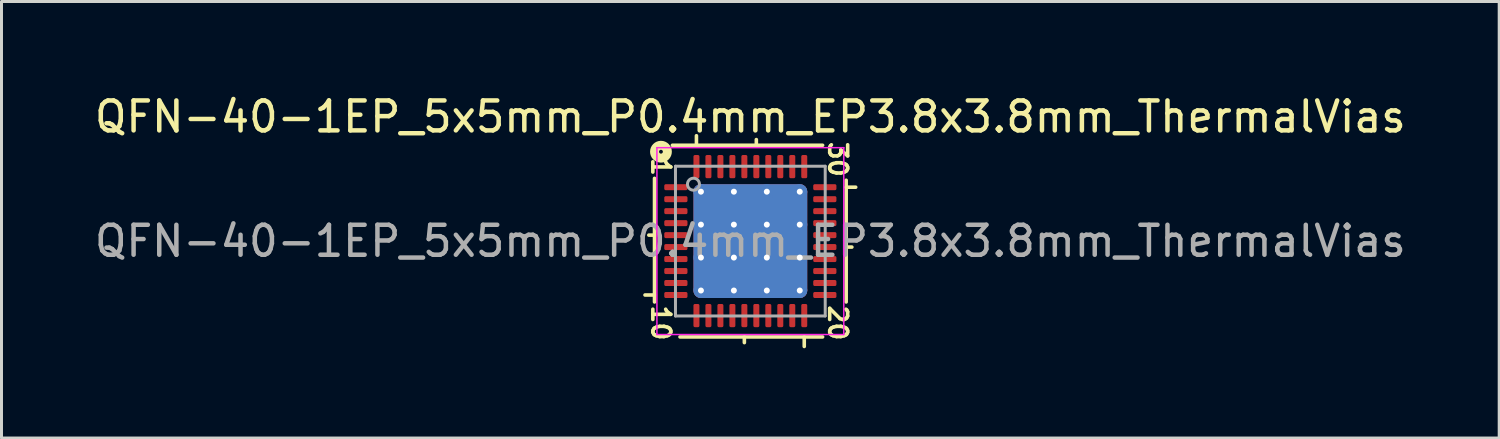
<source format=kicad_pcb>
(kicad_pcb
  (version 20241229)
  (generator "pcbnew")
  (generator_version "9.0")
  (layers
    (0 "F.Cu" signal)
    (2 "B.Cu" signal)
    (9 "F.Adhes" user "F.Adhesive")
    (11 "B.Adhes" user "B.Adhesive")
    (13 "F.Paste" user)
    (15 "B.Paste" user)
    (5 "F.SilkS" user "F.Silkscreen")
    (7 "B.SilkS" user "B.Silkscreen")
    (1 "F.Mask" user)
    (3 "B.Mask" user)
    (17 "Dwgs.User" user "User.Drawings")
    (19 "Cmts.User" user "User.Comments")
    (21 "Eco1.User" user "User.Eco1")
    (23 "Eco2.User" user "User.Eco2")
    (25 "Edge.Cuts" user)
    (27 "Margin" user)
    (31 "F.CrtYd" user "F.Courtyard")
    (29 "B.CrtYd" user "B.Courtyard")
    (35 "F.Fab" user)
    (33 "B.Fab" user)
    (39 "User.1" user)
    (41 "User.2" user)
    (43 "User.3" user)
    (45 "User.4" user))
  (footprint "QFN-40-1EP_5x5mm_P0.4mm_EP3.8x3.8mm_ThermalVias"
    (layer "F.Cu")
    (at 22.006 5.001)
    (property "Reference" "QFN-40-1EP_5x5mm_P0.4mm_EP3.8x3.8mm_ThermalVias" (at 0 -4.152 0) (layer "F.SilkS") (effects (font (size 1 1) (thickness 0.15))))
    (attr smd)
    (fp_line (start -3.2 -2.095) (end -3.2 2.032) (stroke (width 0.12) (type solid)) (layer "F.SilkS"))
    (fp_line (start -3.2 -0.2) (end -3.39 -0.2) (stroke (width 0.12) (type solid)) (layer "F.SilkS"))
    (fp_line (start -3.2 1.8) (end -3.518 1.8) (stroke (width 0.12) (type solid)) (layer "F.SilkS"))
    (fp_line (start -2.349 3.2) (end 2.413 3.2) (stroke (width 0.12) (type solid)) (layer "F.SilkS"))
    (fp_line (start -1.8 -3.2) (end -1.8 -3.518) (stroke (width 0.12) (type solid)) (layer "F.SilkS"))
    (fp_line (start -0.2 3.2) (end -0.2 3.39) (stroke (width 0.12) (type solid)) (layer "F.SilkS"))
    (fp_line (start 0.2 -3.2) (end 0.2 -3.39) (stroke (width 0.12) (type solid)) (layer "F.SilkS"))
    (fp_line (start 1.8 3.2) (end 1.8 3.518) (stroke (width 0.12) (type solid)) (layer "F.SilkS"))
    (fp_line (start 2.413 -3.2) (end -2.603 -3.2) (stroke (width 0.12) (type solid)) (layer "F.SilkS"))
    (fp_line (start 3.2 -1.8) (end 3.518 -1.8) (stroke (width 0.12) (type solid)) (layer "F.SilkS"))
    (fp_line (start 3.2 0.2) (end 3.39 0.2) (stroke (width 0.12) (type solid)) (layer "F.SilkS"))
    (fp_line (start 3.2 2.032) (end 3.2 -2.032) (stroke (width 0.12) (type solid)) (layer "F.SilkS"))
    (fp_circle (center -2.985 -2.985) (end -2.921 -2.985) (stroke (width 0.3) (type solid)) (fill no) (layer "F.SilkS"))
    (fp_line (start -3.12 -3.12) (end -3.12 3.12) (stroke (width 0.05) (type solid)) (layer "F.CrtYd"))
    (fp_line (start -3.12 3.12) (end 3.12 3.12) (stroke (width 0.05) (type solid)) (layer "F.CrtYd"))
    (fp_line (start 3.12 -3.12) (end -3.12 -3.12) (stroke (width 0.05) (type solid)) (layer "F.CrtYd"))
    (fp_line (start 3.12 3.12) (end 3.12 -3.12) (stroke (width 0.05) (type solid)) (layer "F.CrtYd"))
    (fp_line (start -2.5 -2.5) (end 2.5 -2.5) (stroke (width 0.1) (type solid)) (layer "F.Fab"))
    (fp_line (start -2.5 2.5) (end -2.5 -2.5) (stroke (width 0.1) (type solid)) (layer "F.Fab"))
    (fp_line (start 2.5 -2.5) (end 2.5 2.5) (stroke (width 0.1) (type solid)) (layer "F.Fab"))
    (fp_line (start 2.5 2.5) (end -2.5 2.5) (stroke (width 0.1) (type solid)) (layer "F.Fab"))
    (fp_circle (center -1.9 -1.9) (end -1.7 -1.9) (stroke (width 0.1) (type solid)) (fill no) (layer "F.Fab"))
    (fp_text user "10" (at -2.985 2.731 270) (unlocked yes) (layer "F.SilkS") (effects (font (size 0.6 0.6) (thickness 0.12))))
    (fp_text user "30" (at 2.921 -2.731 270) (unlocked yes) (layer "F.SilkS") (effects (font (size 0.6 0.6) (thickness 0.12))))
    (fp_text user "20" (at 2.921 2.731 270) (unlocked yes) (layer "F.SilkS") (effects (font (size 0.6 0.6) (thickness 0.12))))
    (fp_text user "1" (at -2.985 -2.477 270) (unlocked yes) (layer "F.SilkS") (effects (font (size 0.6 0.6) (thickness 0.12))))
    (fp_text user "${REFERENCE}" (at 0 0 0) (layer "F.Fab") (effects (font (size 1 1) (thickness 0.15))))
    (pad "" smd custom (at -1.1 -1.1) (size 0.865 0.865) (layers "F.Paste") (options (anchor circle)) (primitives (gr_poly (pts (xy 0.375 -0.279) (xy 0.375 0.279) (xy 0.279 0.375) (xy -0.279 0.375) (xy -0.375 0.279) (xy -0.375 -0.279) (xy -0.279 -0.375) (xy 0.279 -0.375)) (width 0.232) (fill yes))))
    (pad "" smd custom (at -1.1 0) (size 0.865 0.865) (layers "F.Paste") (options (anchor circle)) (primitives (gr_poly (pts (xy 0.375 -0.279) (xy 0.375 0.279) (xy 0.279 0.375) (xy -0.279 0.375) (xy -0.375 0.279) (xy -0.375 -0.279) (xy -0.279 -0.375) (xy 0.279 -0.375)) (width 0.232) (fill yes))))
    (pad "" smd custom (at -1.1 1.1) (size 0.865 0.865) (layers "F.Paste") (options (anchor circle)) (primitives (gr_poly (pts (xy 0.375 -0.279) (xy 0.375 0.279) (xy 0.279 0.375) (xy -0.279 0.375) (xy -0.375 0.279) (xy -0.375 -0.279) (xy -0.279 -0.375) (xy 0.279 -0.375)) (width 0.232) (fill yes))))
    (pad "" smd custom (at 0 -1.1) (size 0.865 0.865) (layers "F.Paste") (options (anchor circle)) (primitives (gr_poly (pts (xy 0.375 -0.279) (xy 0.375 0.279) (xy 0.279 0.375) (xy -0.279 0.375) (xy -0.375 0.279) (xy -0.375 -0.279) (xy -0.279 -0.375) (xy 0.279 -0.375)) (width 0.232) (fill yes))))
    (pad "" smd custom (at 0 0) (size 0.865 0.865) (layers "F.Paste") (options (anchor circle)) (primitives (gr_poly (pts (xy 0.375 -0.279) (xy 0.375 0.279) (xy 0.279 0.375) (xy -0.279 0.375) (xy -0.375 0.279) (xy -0.375 -0.279) (xy -0.279 -0.375) (xy 0.279 -0.375)) (width 0.232) (fill yes))))
    (pad "" smd custom (at 0 1.1) (size 0.865 0.865) (layers "F.Paste") (options (anchor circle)) (primitives (gr_poly (pts (xy 0.375 -0.279) (xy 0.375 0.279) (xy 0.279 0.375) (xy -0.279 0.375) (xy -0.375 0.279) (xy -0.375 -0.279) (xy -0.279 -0.375) (xy 0.279 -0.375)) (width 0.232) (fill yes))))
    (pad "" smd custom (at 1.1 -1.1) (size 0.865 0.865) (layers "F.Paste") (options (anchor circle)) (primitives (gr_poly (pts (xy 0.375 -0.279) (xy 0.375 0.279) (xy 0.279 0.375) (xy -0.279 0.375) (xy -0.375 0.279) (xy -0.375 -0.279) (xy -0.279 -0.375) (xy 0.279 -0.375)) (width 0.232) (fill yes))))
    (pad "" smd custom (at 1.1 0) (size 0.865 0.865) (layers "F.Paste") (options (anchor circle)) (primitives (gr_poly (pts (xy 0.375 -0.279) (xy 0.375 0.279) (xy 0.279 0.375) (xy -0.279 0.375) (xy -0.375 0.279) (xy -0.375 -0.279) (xy -0.279 -0.375) (xy 0.279 -0.375)) (width 0.232) (fill yes))))
    (pad "" smd custom (at 1.1 1.1) (size 0.865 0.865) (layers "F.Paste") (options (anchor circle)) (primitives (gr_poly (pts (xy 0.375 -0.279) (xy 0.375 0.279) (xy 0.279 0.375) (xy -0.279 0.375) (xy -0.375 0.279) (xy -0.375 -0.279) (xy -0.279 -0.375) (xy 0.279 -0.375)) (width 0.232) (fill yes))))
    (pad "1" smd roundrect (at -2.487 -1.8) (size 0.775 0.2) (layers "F.Cu" "F.Mask" "F.Paste") (roundrect_rratio 0.25))
    (pad "2" smd roundrect (at -2.487 -1.4) (size 0.775 0.2) (layers "F.Cu" "F.Mask" "F.Paste") (roundrect_rratio 0.25))
    (pad "3" smd roundrect (at -2.487 -1) (size 0.775 0.2) (layers "F.Cu" "F.Mask" "F.Paste") (roundrect_rratio 0.25))
    (pad "4" smd roundrect (at -2.487 -0.6) (size 0.775 0.2) (layers "F.Cu" "F.Mask" "F.Paste") (roundrect_rratio 0.25))
    (pad "5" smd roundrect (at -2.487 -0.2) (size 0.775 0.2) (layers "F.Cu" "F.Mask" "F.Paste") (roundrect_rratio 0.25))
    (pad "6" smd roundrect (at -2.487 0.2) (size 0.775 0.2) (layers "F.Cu" "F.Mask" "F.Paste") (roundrect_rratio 0.25))
    (pad "7" smd roundrect (at -2.487 0.6) (size 0.775 0.2) (layers "F.Cu" "F.Mask" "F.Paste") (roundrect_rratio 0.25))
    (pad "8" smd roundrect (at -2.487 1) (size 0.775 0.2) (layers "F.Cu" "F.Mask" "F.Paste") (roundrect_rratio 0.25))
    (pad "9" smd roundrect (at -2.487 1.4) (size 0.775 0.2) (layers "F.Cu" "F.Mask" "F.Paste") (roundrect_rratio 0.25))
    (pad "10" smd roundrect (at -2.487 1.8) (size 0.775 0.2) (layers "F.Cu" "F.Mask" "F.Paste") (roundrect_rratio 0.25))
    (pad "11" smd roundrect (at -1.8 2.487) (size 0.2 0.775) (layers "F.Cu" "F.Mask" "F.Paste") (roundrect_rratio 0.25))
    (pad "12" smd roundrect (at -1.4 2.487) (size 0.2 0.775) (layers "F.Cu" "F.Mask" "F.Paste") (roundrect_rratio 0.25))
    (pad "13" smd roundrect (at -1 2.487) (size 0.2 0.775) (layers "F.Cu" "F.Mask" "F.Paste") (roundrect_rratio 0.25))
    (pad "14" smd roundrect (at -0.6 2.487) (size 0.2 0.775) (layers "F.Cu" "F.Mask" "F.Paste") (roundrect_rratio 0.25))
    (pad "15" smd roundrect (at -0.2 2.487) (size 0.2 0.775) (layers "F.Cu" "F.Mask" "F.Paste") (roundrect_rratio 0.25))
    (pad "16" smd roundrect (at 0.2 2.487) (size 0.2 0.775) (layers "F.Cu" "F.Mask" "F.Paste") (roundrect_rratio 0.25))
    (pad "17" smd roundrect (at 0.6 2.487) (size 0.2 0.775) (layers "F.Cu" "F.Mask" "F.Paste") (roundrect_rratio 0.25))
    (pad "18" smd roundrect (at 1 2.487) (size 0.2 0.775) (layers "F.Cu" "F.Mask" "F.Paste") (roundrect_rratio 0.25))
    (pad "19" smd roundrect (at 1.4 2.487) (size 0.2 0.775) (layers "F.Cu" "F.Mask" "F.Paste") (roundrect_rratio 0.25))
    (pad "20" smd roundrect (at 1.8 2.487) (size 0.2 0.775) (layers "F.Cu" "F.Mask" "F.Paste") (roundrect_rratio 0.25))
    (pad "21" smd roundrect (at 2.487 1.8) (size 0.775 0.2) (layers "F.Cu" "F.Mask" "F.Paste") (roundrect_rratio 0.25))
    (pad "22" smd roundrect (at 2.487 1.4) (size 0.775 0.2) (layers "F.Cu" "F.Mask" "F.Paste") (roundrect_rratio 0.25))
    (pad "23" smd roundrect (at 2.487 1) (size 0.775 0.2) (layers "F.Cu" "F.Mask" "F.Paste") (roundrect_rratio 0.25))
    (pad "24" smd roundrect (at 2.487 0.6) (size 0.775 0.2) (layers "F.Cu" "F.Mask" "F.Paste") (roundrect_rratio 0.25))
    (pad "25" smd roundrect (at 2.487 0.2) (size 0.775 0.2) (layers "F.Cu" "F.Mask" "F.Paste") (roundrect_rratio 0.25))
    (pad "26" smd roundrect (at 2.487 -0.2) (size 0.775 0.2) (layers "F.Cu" "F.Mask" "F.Paste") (roundrect_rratio 0.25))
    (pad "27" smd roundrect (at 2.487 -0.6) (size 0.775 0.2) (layers "F.Cu" "F.Mask" "F.Paste") (roundrect_rratio 0.25))
    (pad "28" smd roundrect (at 2.487 -1) (size 0.775 0.2) (layers "F.Cu" "F.Mask" "F.Paste") (roundrect_rratio 0.25))
    (pad "29" smd roundrect (at 2.487 -1.4) (size 0.775 0.2) (layers "F.Cu" "F.Mask" "F.Paste") (roundrect_rratio 0.25))
    (pad "30" smd roundrect (at 2.487 -1.8) (size 0.775 0.2) (layers "F.Cu" "F.Mask" "F.Paste") (roundrect_rratio 0.25))
    (pad "31" smd roundrect (at 1.8 -2.487) (size 0.2 0.775) (layers "F.Cu" "F.Mask" "F.Paste") (roundrect_rratio 0.25))
    (pad "32" smd roundrect (at 1.4 -2.487) (size 0.2 0.775) (layers "F.Cu" "F.Mask" "F.Paste") (roundrect_rratio 0.25))
    (pad "33" smd roundrect (at 1 -2.487) (size 0.2 0.775) (layers "F.Cu" "F.Mask" "F.Paste") (roundrect_rratio 0.25))
    (pad "34" smd roundrect (at 0.6 -2.487) (size 0.2 0.775) (layers "F.Cu" "F.Mask" "F.Paste") (roundrect_rratio 0.25))
    (pad "35" smd roundrect (at 0.2 -2.487) (size 0.2 0.775) (layers "F.Cu" "F.Mask" "F.Paste") (roundrect_rratio 0.25))
    (pad "36" smd roundrect (at -0.2 -2.487) (size 0.2 0.775) (layers "F.Cu" "F.Mask" "F.Paste") (roundrect_rratio 0.25))
    (pad "37" smd roundrect (at -0.6 -2.487) (size 0.2 0.775) (layers "F.Cu" "F.Mask" "F.Paste") (roundrect_rratio 0.25))
    (pad "38" smd roundrect (at -1 -2.487) (size 0.2 0.775) (layers "F.Cu" "F.Mask" "F.Paste") (roundrect_rratio 0.25))
    (pad "39" smd roundrect (at -1.4 -2.487) (size 0.2 0.775) (layers "F.Cu" "F.Mask" "F.Paste") (roundrect_rratio 0.25))
    (pad "40" smd roundrect (at -1.8 -2.487) (size 0.2 0.775) (layers "F.Cu" "F.Mask" "F.Paste") (roundrect_rratio 0.25))
    (pad "41" thru_hole circle (at -1.65 -1.65) (size 0.5 0.5) (drill 0.2) (property pad_prop_heatsink) (layers "*.Cu"))
    (pad "41" thru_hole circle (at -1.65 -0.55) (size 0.5 0.5) (drill 0.2) (property pad_prop_heatsink) (layers "*.Cu"))
    (pad "41" thru_hole circle (at -1.65 0.55) (size 0.5 0.5) (drill 0.2) (property pad_prop_heatsink) (layers "*.Cu"))
    (pad "41" thru_hole circle (at -1.65 1.65) (size 0.5 0.5) (drill 0.2) (property pad_prop_heatsink) (layers "*.Cu"))
    (pad "41" thru_hole circle (at -0.55 -1.65) (size 0.5 0.5) (drill 0.2) (property pad_prop_heatsink) (layers "*.Cu"))
    (pad "41" thru_hole circle (at -0.55 -0.55) (size 0.5 0.5) (drill 0.2) (property pad_prop_heatsink) (layers "*.Cu"))
    (pad "41" thru_hole circle (at -0.55 0.55) (size 0.5 0.5) (drill 0.2) (property pad_prop_heatsink) (layers "*.Cu"))
    (pad "41" thru_hole circle (at -0.55 1.65) (size 0.5 0.5) (drill 0.2) (property pad_prop_heatsink) (layers "*.Cu"))
    (pad "41" smd roundrect (at 0 0) (size 3.8 3.8) (layers "F.Cu" "F.Mask") (roundrect_rratio 0.066))
    (pad "41" smd roundrect (at 0 0) (size 3.8 3.8) (layers "B.Cu" "B.Mask") (roundrect_rratio 0.066))
    (pad "41" thru_hole circle (at 0.55 -1.65) (size 0.5 0.5) (drill 0.2) (property pad_prop_heatsink) (layers "*.Cu"))
    (pad "41" thru_hole circle (at 0.55 -0.55) (size 0.5 0.5) (drill 0.2) (property pad_prop_heatsink) (layers "*.Cu"))
    (pad "41" thru_hole circle (at 0.55 0.55) (size 0.5 0.5) (drill 0.2) (property pad_prop_heatsink) (layers "*.Cu"))
    (pad "41" thru_hole circle (at 0.55 1.65) (size 0.5 0.5) (drill 0.2) (property pad_prop_heatsink) (layers "*.Cu"))
    (pad "41" thru_hole circle (at 1.65 -1.65) (size 0.5 0.5) (drill 0.2) (property pad_prop_heatsink) (layers "*.Cu"))
    (pad "41" thru_hole circle (at 1.65 -0.55) (size 0.5 0.5) (drill 0.2) (property pad_prop_heatsink) (layers "*.Cu"))
    (pad "41" thru_hole circle (at 1.65 0.55) (size 0.5 0.5) (drill 0.2) (property pad_prop_heatsink) (layers "*.Cu"))
    (pad "41" thru_hole circle (at 1.65 1.65) (size 0.5 0.5) (drill 0.2) (property pad_prop_heatsink) (layers "*.Cu")))
  (gr_rect
    (start -3 -3)
    (end 47.012 11.578)
    (stroke (width 0.1) (type default))
    (fill no)
    (layer "Edge.Cuts")))
</source>
